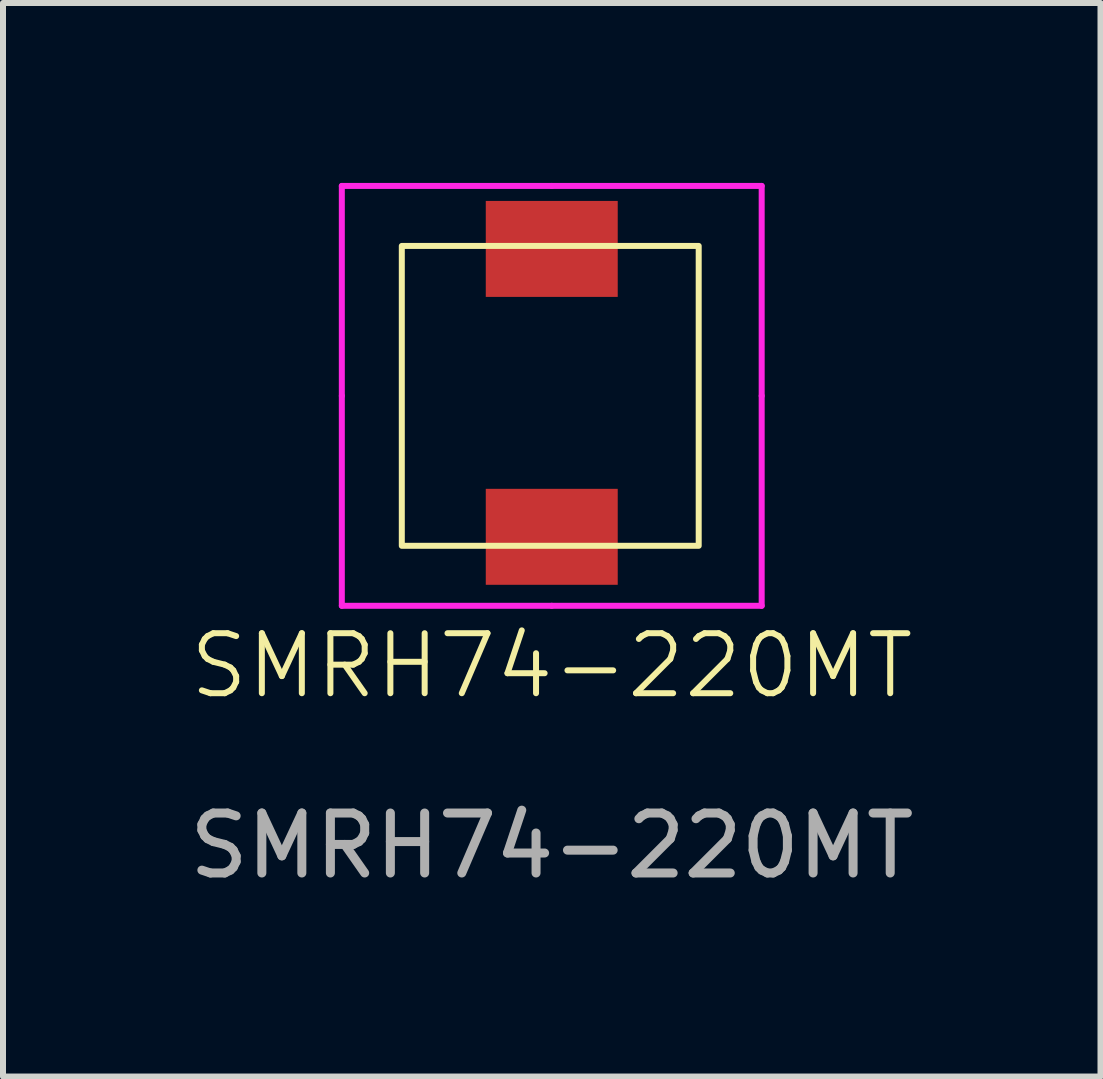
<source format=kicad_pcb>
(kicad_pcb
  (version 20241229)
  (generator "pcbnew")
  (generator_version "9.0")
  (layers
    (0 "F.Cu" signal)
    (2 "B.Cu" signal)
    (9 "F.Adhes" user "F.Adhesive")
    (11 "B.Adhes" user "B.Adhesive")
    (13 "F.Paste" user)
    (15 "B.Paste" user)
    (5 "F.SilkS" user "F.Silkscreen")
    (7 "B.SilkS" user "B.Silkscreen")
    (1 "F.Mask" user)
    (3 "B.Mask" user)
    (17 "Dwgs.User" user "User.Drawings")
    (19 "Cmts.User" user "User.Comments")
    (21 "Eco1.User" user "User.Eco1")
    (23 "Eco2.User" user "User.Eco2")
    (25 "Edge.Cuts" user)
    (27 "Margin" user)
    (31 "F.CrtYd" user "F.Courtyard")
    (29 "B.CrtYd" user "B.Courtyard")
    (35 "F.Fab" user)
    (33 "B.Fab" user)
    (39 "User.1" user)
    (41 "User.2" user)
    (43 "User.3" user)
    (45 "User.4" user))
  (footprint "SMRH74-220MT"
    (layer "F.Cu")
    (at 6.149 8.55)
    (property "Reference" "SMRH74-220MT" (at 0 -0.5 0) (unlocked yes) (layer "F.SilkS") (effects (font (size 1 1) (thickness 0.1))))
    (attr smd)
    (fp_rect (start -2.5 -7.5) (end 2.45 -2.5) (stroke (width 0.1) (type default)) (fill no) (layer "F.SilkS"))
    (fp_line (start -3.5 -8.5) (end 0 -8.5) (stroke (width 0.1) (type solid)) (layer "F.CrtYd"))
    (fp_line (start -3.5 -5) (end -3.5 -8.5) (stroke (width 0.1) (type solid)) (layer "F.CrtYd"))
    (fp_line (start -3.5 -1.5) (end -3.5 -5) (stroke (width 0.1) (type solid)) (layer "F.CrtYd"))
    (fp_line (start -3.5 -1.5) (end 0 -1.5) (stroke (width 0.1) (type solid)) (layer "F.CrtYd"))
    (fp_line (start 0 -8.5) (end 3.5 -8.5) (stroke (width 0.1) (type solid)) (layer "F.CrtYd"))
    (fp_line (start 3.5 -5) (end 3.5 -8.5) (stroke (width 0.1) (type solid)) (layer "F.CrtYd"))
    (fp_line (start 3.5 -1.5) (end 0 -1.5) (stroke (width 0.1) (type solid)) (layer "F.CrtYd"))
    (fp_line (start 3.5 -1.5) (end 3.5 -5) (stroke (width 0.1) (type solid)) (layer "F.CrtYd"))
    (fp_text user "${REFERENCE}" (at 0 2.5 0) (unlocked yes) (layer "F.Fab") (effects (font (size 1 1) (thickness 0.15))))
    (pad "1" smd rect (at 0 -7.45) (size 2.2 1.6) (layers "F.Cu" "F.Mask" "F.Paste"))
    (pad "2" smd rect (at 0 -2.65) (size 2.2 1.6) (layers "F.Cu" "F.Mask" "F.Paste")))
  (gr_rect
    (start -3 -3)
    (end 15.298 14.898)
    (stroke (width 0.1) (type default))
    (fill no)
    (layer "Edge.Cuts")))
</source>
